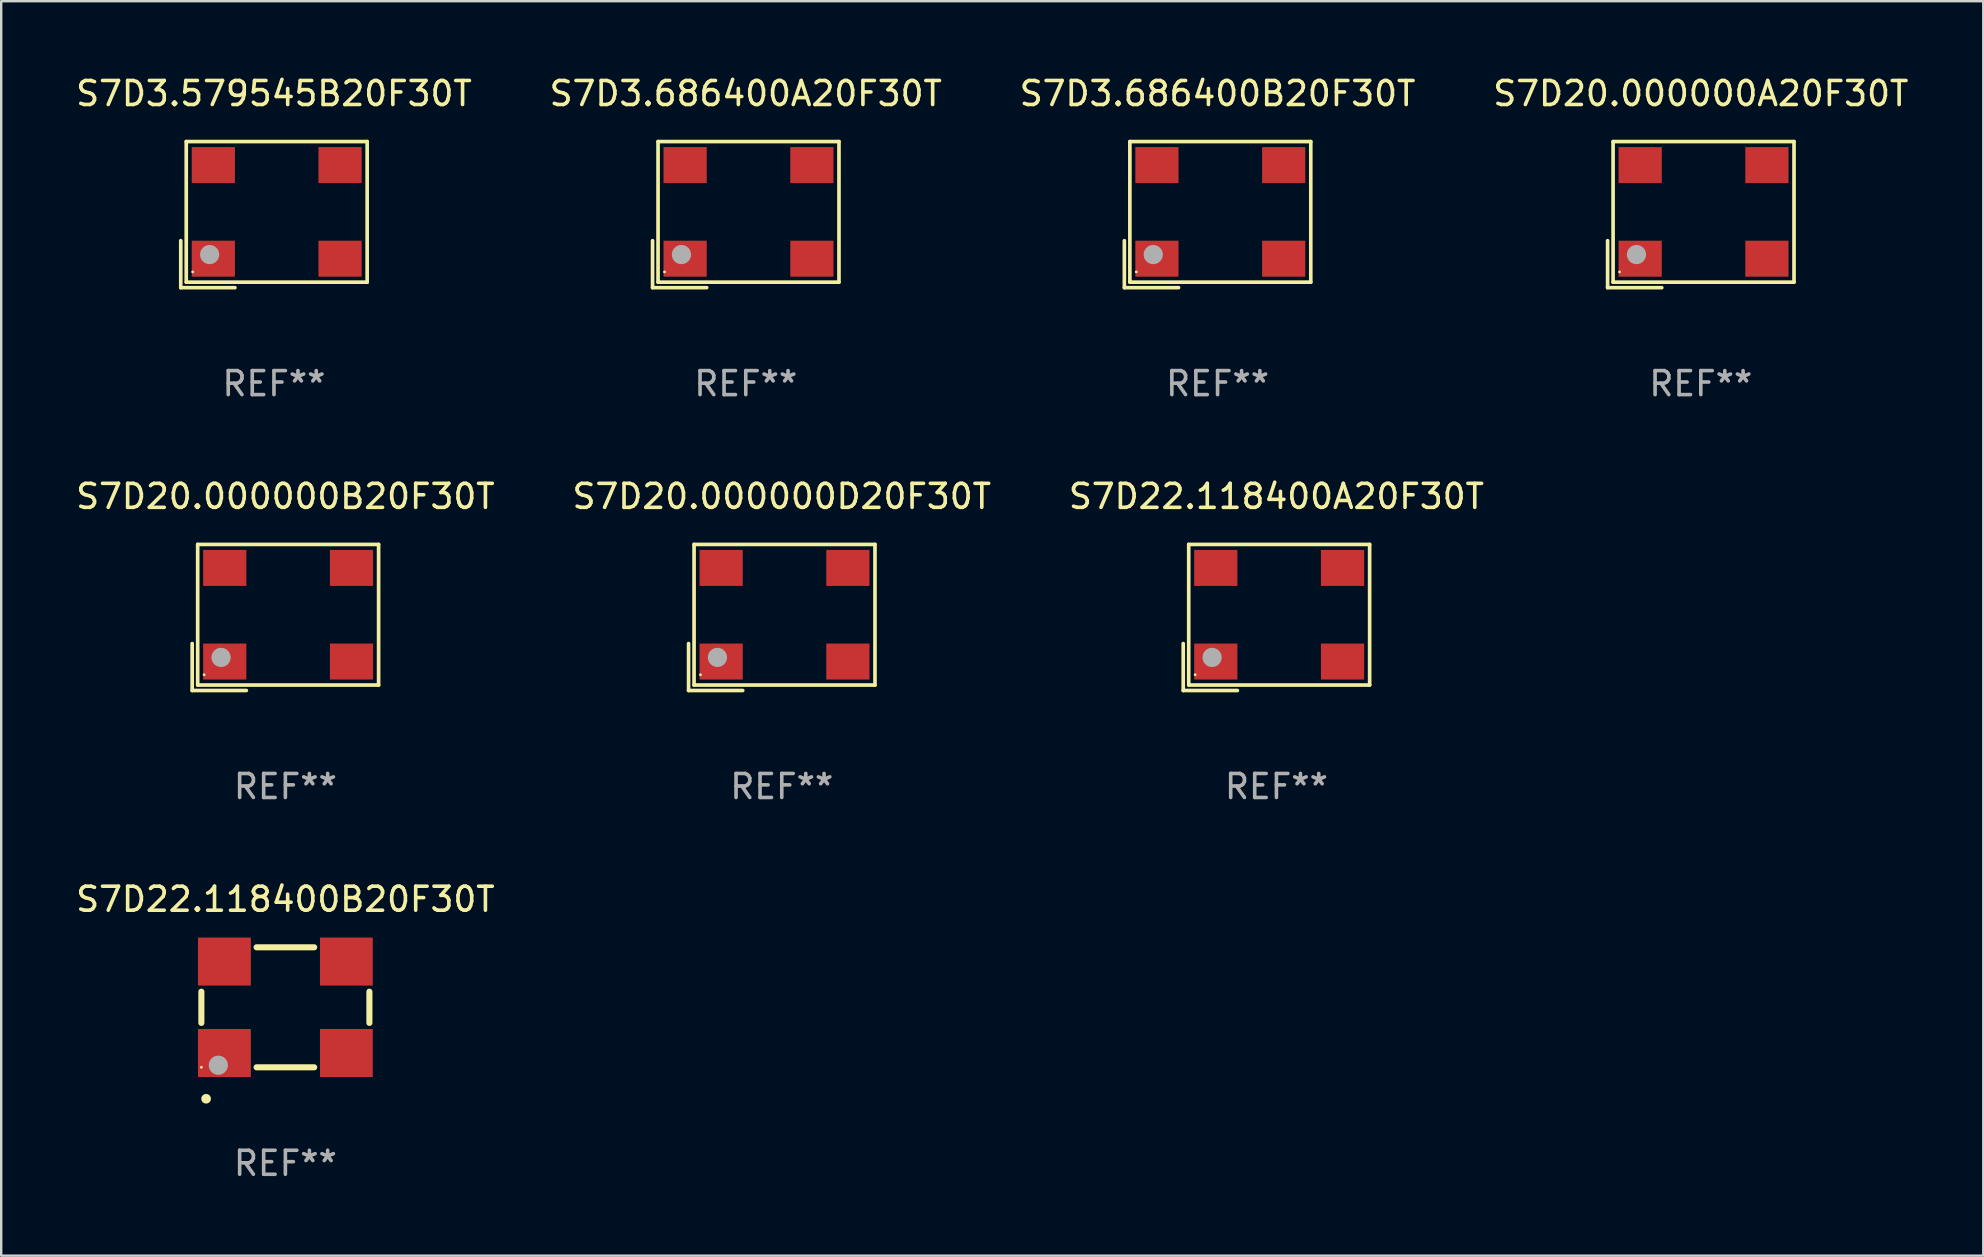
<source format=kicad_pcb>
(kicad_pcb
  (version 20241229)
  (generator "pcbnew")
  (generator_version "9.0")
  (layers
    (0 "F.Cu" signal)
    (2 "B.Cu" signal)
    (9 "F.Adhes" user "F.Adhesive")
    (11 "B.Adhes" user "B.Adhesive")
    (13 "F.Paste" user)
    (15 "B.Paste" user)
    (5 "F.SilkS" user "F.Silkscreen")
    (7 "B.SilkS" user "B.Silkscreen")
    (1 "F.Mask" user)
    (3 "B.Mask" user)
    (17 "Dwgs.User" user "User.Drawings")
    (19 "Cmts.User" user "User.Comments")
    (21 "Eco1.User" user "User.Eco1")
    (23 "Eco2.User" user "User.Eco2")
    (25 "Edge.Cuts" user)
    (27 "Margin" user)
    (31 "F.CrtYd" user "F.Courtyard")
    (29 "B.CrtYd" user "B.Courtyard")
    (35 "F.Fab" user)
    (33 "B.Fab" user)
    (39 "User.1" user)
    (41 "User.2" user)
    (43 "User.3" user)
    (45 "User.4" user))
  (footprint "S7D3.579545B20F30T"
    (layer "F.Cu")
    (at 8.363 5.891)
    (property "Reference" "S7D3.579545B20F30T" (at 0 -5.043 0) (layer "F.SilkS") (effects (font (size 1 1) (thickness 0.15))))
    (attr through_hole)
    (fp_line (start -3.883 1.086) (end -3.883 3.043) (stroke (width 0.152) (type solid)) (layer "F.SilkS"))
    (fp_line (start -3.883 3.043) (end -1.626 3.043) (stroke (width 0.152) (type solid)) (layer "F.SilkS"))
    (fp_line (start -3.654 -3.043) (end 3.883 -3.043) (stroke (width 0.152) (type solid)) (layer "F.SilkS"))
    (fp_line (start -3.654 2.814) (end -3.654 -3.043) (stroke (width 0.152) (type solid)) (layer "F.SilkS"))
    (fp_line (start 3.883 -3.043) (end 3.883 2.814) (stroke (width 0.152) (type solid)) (layer "F.SilkS"))
    (fp_line (start 3.883 2.814) (end -3.654 2.814) (stroke (width 0.152) (type solid)) (layer "F.SilkS"))
    (fp_circle (center -3.386 2.386) (end -3.356 2.386) (stroke (width 0.06) (type solid)) (fill no) (layer "F.SilkS"))
    (fp_circle (center -2.68 1.664) (end -2.48 1.664) (stroke (width 0.4) (type solid)) (fill no) (layer "F.Fab"))
    (fp_text user "REF**" (at 0 7.043 0) (layer "F.Fab") (effects (font (size 1 1) (thickness 0.15))))
    (pad "1" smd rect (at -2.526 1.836) (size 1.8 1.5) (layers "F.Cu" "F.Mask" "F.Paste"))
    (pad "2" smd rect (at 2.754 1.836) (size 1.8 1.5) (layers "F.Cu" "F.Mask" "F.Paste"))
    (pad "3" smd rect (at 2.754 -2.064) (size 1.8 1.5) (layers "F.Cu" "F.Mask" "F.Paste"))
    (pad "4" smd rect (at -2.526 -2.064) (size 1.8 1.5) (layers "F.Cu" "F.Mask" "F.Paste")))
  (footprint "S7D22.118400A20F30T"
    (layer "F.Cu")
    (at 50.125 22.673)
    (property "Reference" "S7D22.118400A20F30T" (at 0 -5.043 0) (layer "F.SilkS") (effects (font (size 1 1) (thickness 0.15))))
    (attr through_hole)
    (fp_line (start -3.883 1.086) (end -3.883 3.043) (stroke (width 0.152) (type solid)) (layer "F.SilkS"))
    (fp_line (start -3.883 3.043) (end -1.626 3.043) (stroke (width 0.152) (type solid)) (layer "F.SilkS"))
    (fp_line (start -3.654 -3.043) (end 3.883 -3.043) (stroke (width 0.152) (type solid)) (layer "F.SilkS"))
    (fp_line (start -3.654 2.814) (end -3.654 -3.043) (stroke (width 0.152) (type solid)) (layer "F.SilkS"))
    (fp_line (start 3.883 -3.043) (end 3.883 2.814) (stroke (width 0.152) (type solid)) (layer "F.SilkS"))
    (fp_line (start 3.883 2.814) (end -3.654 2.814) (stroke (width 0.152) (type solid)) (layer "F.SilkS"))
    (fp_circle (center -3.386 2.386) (end -3.356 2.386) (stroke (width 0.06) (type solid)) (fill no) (layer "F.SilkS"))
    (fp_circle (center -2.68 1.664) (end -2.48 1.664) (stroke (width 0.4) (type solid)) (fill no) (layer "F.Fab"))
    (fp_text user "REF**" (at 0 7.043 0) (layer "F.Fab") (effects (font (size 1 1) (thickness 0.15))))
    (pad "1" smd rect (at -2.526 1.836) (size 1.8 1.5) (layers "F.Cu" "F.Mask" "F.Paste"))
    (pad "2" smd rect (at 2.754 1.836) (size 1.8 1.5) (layers "F.Cu" "F.Mask" "F.Paste"))
    (pad "3" smd rect (at 2.754 -2.064) (size 1.8 1.5) (layers "F.Cu" "F.Mask" "F.Paste"))
    (pad "4" smd rect (at -2.526 -2.064) (size 1.8 1.5) (layers "F.Cu" "F.Mask" "F.Paste")))
  (footprint "S7D20.000000D20F30T"
    (layer "F.Cu")
    (at 29.518 22.673)
    (property "Reference" "S7D20.000000D20F30T" (at 0 -5.043 0) (layer "F.SilkS") (effects (font (size 1 1) (thickness 0.15))))
    (attr through_hole)
    (fp_line (start -3.883 1.086) (end -3.883 3.043) (stroke (width 0.152) (type solid)) (layer "F.SilkS"))
    (fp_line (start -3.883 3.043) (end -1.626 3.043) (stroke (width 0.152) (type solid)) (layer "F.SilkS"))
    (fp_line (start -3.654 -3.043) (end 3.883 -3.043) (stroke (width 0.152) (type solid)) (layer "F.SilkS"))
    (fp_line (start -3.654 2.814) (end -3.654 -3.043) (stroke (width 0.152) (type solid)) (layer "F.SilkS"))
    (fp_line (start 3.883 -3.043) (end 3.883 2.814) (stroke (width 0.152) (type solid)) (layer "F.SilkS"))
    (fp_line (start 3.883 2.814) (end -3.654 2.814) (stroke (width 0.152) (type solid)) (layer "F.SilkS"))
    (fp_circle (center -3.386 2.386) (end -3.356 2.386) (stroke (width 0.06) (type solid)) (fill no) (layer "F.SilkS"))
    (fp_circle (center -2.68 1.664) (end -2.48 1.664) (stroke (width 0.4) (type solid)) (fill no) (layer "F.Fab"))
    (fp_text user "REF**" (at 0 7.043 0) (layer "F.Fab") (effects (font (size 1 1) (thickness 0.15))))
    (pad "1" smd rect (at -2.526 1.836) (size 1.8 1.5) (layers "F.Cu" "F.Mask" "F.Paste"))
    (pad "2" smd rect (at 2.754 1.836) (size 1.8 1.5) (layers "F.Cu" "F.Mask" "F.Paste"))
    (pad "3" smd rect (at 2.754 -2.064) (size 1.8 1.5) (layers "F.Cu" "F.Mask" "F.Paste"))
    (pad "4" smd rect (at -2.526 -2.064) (size 1.8 1.5) (layers "F.Cu" "F.Mask" "F.Paste")))
  (footprint "S7D3.686400B20F30T"
    (layer "F.Cu")
    (at 47.673 5.891)
    (property "Reference" "S7D3.686400B20F30T" (at 0 -5.043 0) (layer "F.SilkS") (effects (font (size 1 1) (thickness 0.15))))
    (attr through_hole)
    (fp_line (start -3.883 1.086) (end -3.883 3.043) (stroke (width 0.152) (type solid)) (layer "F.SilkS"))
    (fp_line (start -3.883 3.043) (end -1.626 3.043) (stroke (width 0.152) (type solid)) (layer "F.SilkS"))
    (fp_line (start -3.654 -3.043) (end 3.883 -3.043) (stroke (width 0.152) (type solid)) (layer "F.SilkS"))
    (fp_line (start -3.654 2.814) (end -3.654 -3.043) (stroke (width 0.152) (type solid)) (layer "F.SilkS"))
    (fp_line (start 3.883 -3.043) (end 3.883 2.814) (stroke (width 0.152) (type solid)) (layer "F.SilkS"))
    (fp_line (start 3.883 2.814) (end -3.654 2.814) (stroke (width 0.152) (type solid)) (layer "F.SilkS"))
    (fp_circle (center -3.386 2.386) (end -3.356 2.386) (stroke (width 0.06) (type solid)) (fill no) (layer "F.SilkS"))
    (fp_circle (center -2.68 1.664) (end -2.48 1.664) (stroke (width 0.4) (type solid)) (fill no) (layer "F.Fab"))
    (fp_text user "REF**" (at 0 7.043 0) (layer "F.Fab") (effects (font (size 1 1) (thickness 0.15))))
    (pad "1" smd rect (at -2.526 1.836) (size 1.8 1.5) (layers "F.Cu" "F.Mask" "F.Paste"))
    (pad "2" smd rect (at 2.754 1.836) (size 1.8 1.5) (layers "F.Cu" "F.Mask" "F.Paste"))
    (pad "3" smd rect (at 2.754 -2.064) (size 1.8 1.5) (layers "F.Cu" "F.Mask" "F.Paste"))
    (pad "4" smd rect (at -2.526 -2.064) (size 1.8 1.5) (layers "F.Cu" "F.Mask" "F.Paste")))
  (footprint "S7D22.118400B20F30T"
    (layer "F.Cu")
    (at 8.839 38.913)
    (property "Reference" "S7D22.118400B20F30T" (at 0 -4.5 0) (layer "F.SilkS") (effects (font (size 1 1) (thickness 0.15))))
    (attr through_hole)
    (fp_line (start -3.5 0.65) (end -3.5 -0.65) (stroke (width 0.254) (type solid)) (layer "F.SilkS"))
    (fp_line (start 1.2 -2.5) (end -1.2 -2.5) (stroke (width 0.254) (type solid)) (layer "F.SilkS"))
    (fp_line (start 1.2 2.5) (end -1.2 2.5) (stroke (width 0.254) (type solid)) (layer "F.SilkS"))
    (fp_line (start 3.5 0.65) (end 3.5 -0.65) (stroke (width 0.254) (type solid)) (layer "F.SilkS"))
    (fp_arc (start -3.304547 3.81016) (mid -3.303277 3.810156) (end -3.302007 3.81016) (stroke (width 0.4) (type solid)) (layer "F.SilkS"))
    (fp_circle (center -3.5 2.5) (end -3.47 2.5) (stroke (width 0.06) (type solid)) (fill no) (layer "F.SilkS"))
    (fp_circle (center -2.794 2.413) (end -2.594 2.413) (stroke (width 0.4) (type solid)) (fill no) (layer "F.Fab"))
    (fp_text user "REF**" (at 0 6.5 0) (layer "F.Fab") (effects (font (size 1 1) (thickness 0.15))))
    (pad "1" smd rect (at -2.54 1.905 180) (size 2.2 2) (layers "F.Cu" "F.Mask" "F.Paste"))
    (pad "2" smd rect (at 2.54 1.905 180) (size 2.2 2) (layers "F.Cu" "F.Mask" "F.Paste"))
    (pad "3" smd rect (at 2.54 -1.905 180) (size 2.2 2) (layers "F.Cu" "F.Mask" "F.Paste"))
    (pad "4" smd rect (at -2.54 -1.905 180) (size 2.2 2) (layers "F.Cu" "F.Mask" "F.Paste")))
  (footprint "S7D20.000000A20F30T"
    (layer "F.Cu")
    (at 67.804 5.891)
    (property "Reference" "S7D20.000000A20F30T" (at 0 -5.043 0) (layer "F.SilkS") (effects (font (size 1 1) (thickness 0.15))))
    (attr through_hole)
    (fp_line (start -3.883 1.086) (end -3.883 3.043) (stroke (width 0.152) (type solid)) (layer "F.SilkS"))
    (fp_line (start -3.883 3.043) (end -1.626 3.043) (stroke (width 0.152) (type solid)) (layer "F.SilkS"))
    (fp_line (start -3.654 -3.043) (end 3.883 -3.043) (stroke (width 0.152) (type solid)) (layer "F.SilkS"))
    (fp_line (start -3.654 2.814) (end -3.654 -3.043) (stroke (width 0.152) (type solid)) (layer "F.SilkS"))
    (fp_line (start 3.883 -3.043) (end 3.883 2.814) (stroke (width 0.152) (type solid)) (layer "F.SilkS"))
    (fp_line (start 3.883 2.814) (end -3.654 2.814) (stroke (width 0.152) (type solid)) (layer "F.SilkS"))
    (fp_circle (center -3.386 2.386) (end -3.356 2.386) (stroke (width 0.06) (type solid)) (fill no) (layer "F.SilkS"))
    (fp_circle (center -2.68 1.664) (end -2.48 1.664) (stroke (width 0.4) (type solid)) (fill no) (layer "F.Fab"))
    (fp_text user "REF**" (at 0 7.043 0) (layer "F.Fab") (effects (font (size 1 1) (thickness 0.15))))
    (pad "1" smd rect (at -2.526 1.836) (size 1.8 1.5) (layers "F.Cu" "F.Mask" "F.Paste"))
    (pad "2" smd rect (at 2.754 1.836) (size 1.8 1.5) (layers "F.Cu" "F.Mask" "F.Paste"))
    (pad "3" smd rect (at 2.754 -2.064) (size 1.8 1.5) (layers "F.Cu" "F.Mask" "F.Paste"))
    (pad "4" smd rect (at -2.526 -2.064) (size 1.8 1.5) (layers "F.Cu" "F.Mask" "F.Paste")))
  (footprint "S7D3.686400A20F30T"
    (layer "F.Cu")
    (at 28.018 5.891)
    (property "Reference" "S7D3.686400A20F30T" (at 0 -5.043 0) (layer "F.SilkS") (effects (font (size 1 1) (thickness 0.15))))
    (attr through_hole)
    (fp_line (start -3.883 1.086) (end -3.883 3.043) (stroke (width 0.152) (type solid)) (layer "F.SilkS"))
    (fp_line (start -3.883 3.043) (end -1.626 3.043) (stroke (width 0.152) (type solid)) (layer "F.SilkS"))
    (fp_line (start -3.654 -3.043) (end 3.883 -3.043) (stroke (width 0.152) (type solid)) (layer "F.SilkS"))
    (fp_line (start -3.654 2.814) (end -3.654 -3.043) (stroke (width 0.152) (type solid)) (layer "F.SilkS"))
    (fp_line (start 3.883 -3.043) (end 3.883 2.814) (stroke (width 0.152) (type solid)) (layer "F.SilkS"))
    (fp_line (start 3.883 2.814) (end -3.654 2.814) (stroke (width 0.152) (type solid)) (layer "F.SilkS"))
    (fp_circle (center -3.386 2.386) (end -3.356 2.386) (stroke (width 0.06) (type solid)) (fill no) (layer "F.SilkS"))
    (fp_circle (center -2.68 1.664) (end -2.48 1.664) (stroke (width 0.4) (type solid)) (fill no) (layer "F.Fab"))
    (fp_text user "REF**" (at 0 7.043 0) (layer "F.Fab") (effects (font (size 1 1) (thickness 0.15))))
    (pad "1" smd rect (at -2.526 1.836) (size 1.8 1.5) (layers "F.Cu" "F.Mask" "F.Paste"))
    (pad "2" smd rect (at 2.754 1.836) (size 1.8 1.5) (layers "F.Cu" "F.Mask" "F.Paste"))
    (pad "3" smd rect (at 2.754 -2.064) (size 1.8 1.5) (layers "F.Cu" "F.Mask" "F.Paste"))
    (pad "4" smd rect (at -2.526 -2.064) (size 1.8 1.5) (layers "F.Cu" "F.Mask" "F.Paste")))
  (footprint "S7D20.000000B20F30T"
    (layer "F.Cu")
    (at 8.839 22.673)
    (property "Reference" "S7D20.000000B20F30T" (at 0 -5.043 0) (layer "F.SilkS") (effects (font (size 1 1) (thickness 0.15))))
    (attr through_hole)
    (fp_line (start -3.883 1.086) (end -3.883 3.043) (stroke (width 0.152) (type solid)) (layer "F.SilkS"))
    (fp_line (start -3.883 3.043) (end -1.626 3.043) (stroke (width 0.152) (type solid)) (layer "F.SilkS"))
    (fp_line (start -3.654 -3.043) (end 3.883 -3.043) (stroke (width 0.152) (type solid)) (layer "F.SilkS"))
    (fp_line (start -3.654 2.814) (end -3.654 -3.043) (stroke (width 0.152) (type solid)) (layer "F.SilkS"))
    (fp_line (start 3.883 -3.043) (end 3.883 2.814) (stroke (width 0.152) (type solid)) (layer "F.SilkS"))
    (fp_line (start 3.883 2.814) (end -3.654 2.814) (stroke (width 0.152) (type solid)) (layer "F.SilkS"))
    (fp_circle (center -3.386 2.386) (end -3.356 2.386) (stroke (width 0.06) (type solid)) (fill no) (layer "F.SilkS"))
    (fp_circle (center -2.68 1.664) (end -2.48 1.664) (stroke (width 0.4) (type solid)) (fill no) (layer "F.Fab"))
    (fp_text user "REF**" (at 0 7.043 0) (layer "F.Fab") (effects (font (size 1 1) (thickness 0.15))))
    (pad "1" smd rect (at -2.526 1.836) (size 1.8 1.5) (layers "F.Cu" "F.Mask" "F.Paste"))
    (pad "2" smd rect (at 2.754 1.836) (size 1.8 1.5) (layers "F.Cu" "F.Mask" "F.Paste"))
    (pad "3" smd rect (at 2.754 -2.064) (size 1.8 1.5) (layers "F.Cu" "F.Mask" "F.Paste"))
    (pad "4" smd rect (at -2.526 -2.064) (size 1.8 1.5) (layers "F.Cu" "F.Mask" "F.Paste")))
  (gr_rect
    (start -3 -3)
    (end 79.571 49.261)
    (stroke (width 0.1) (type default))
    (fill no)
    (layer "Edge.Cuts")))
</source>
